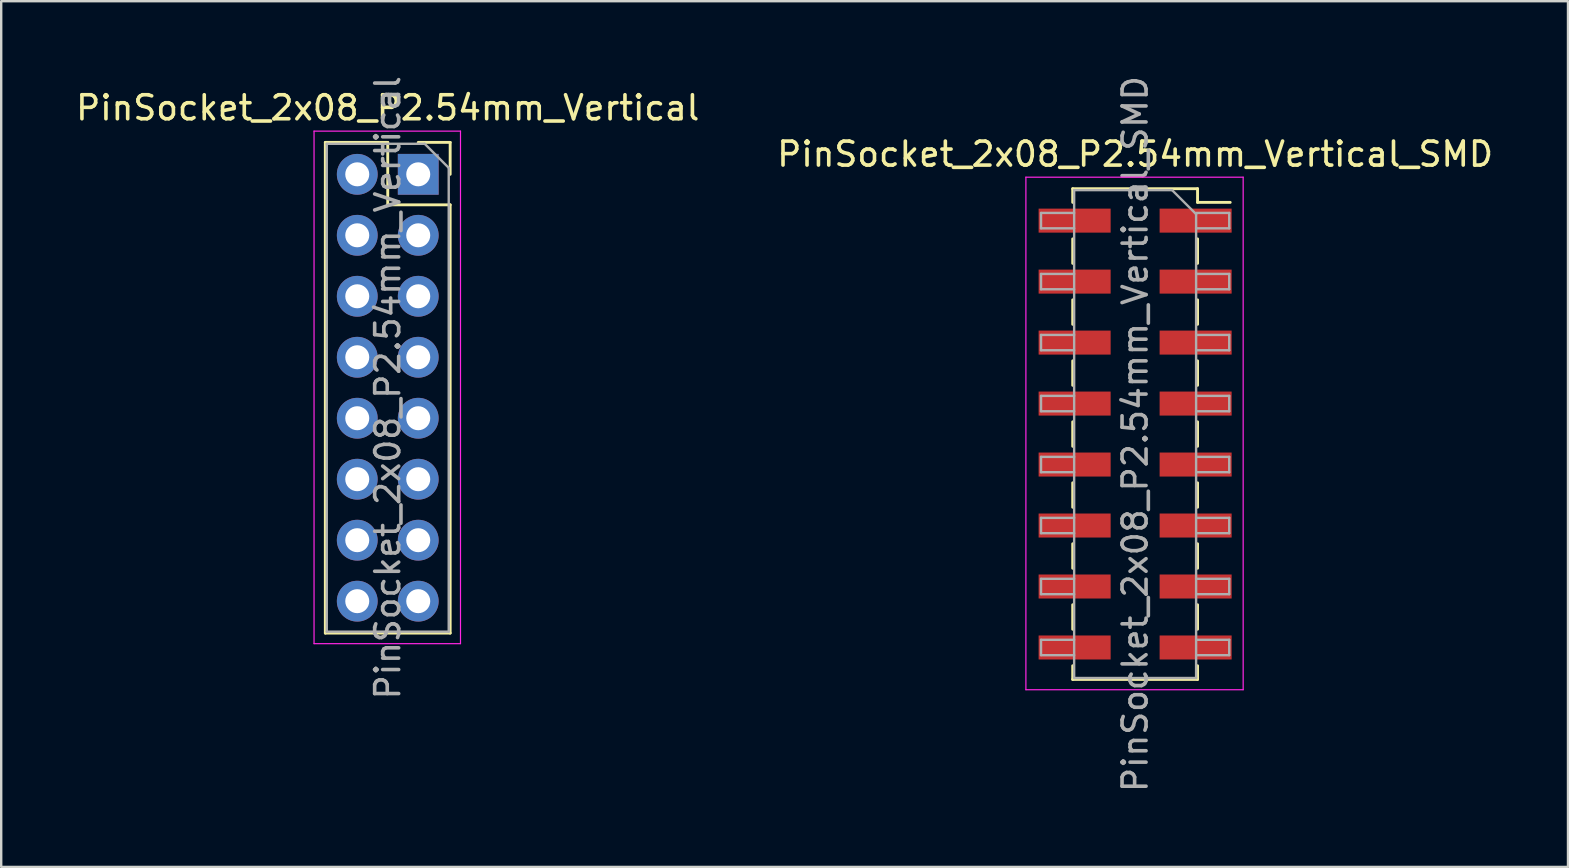
<source format=kicad_pcb>
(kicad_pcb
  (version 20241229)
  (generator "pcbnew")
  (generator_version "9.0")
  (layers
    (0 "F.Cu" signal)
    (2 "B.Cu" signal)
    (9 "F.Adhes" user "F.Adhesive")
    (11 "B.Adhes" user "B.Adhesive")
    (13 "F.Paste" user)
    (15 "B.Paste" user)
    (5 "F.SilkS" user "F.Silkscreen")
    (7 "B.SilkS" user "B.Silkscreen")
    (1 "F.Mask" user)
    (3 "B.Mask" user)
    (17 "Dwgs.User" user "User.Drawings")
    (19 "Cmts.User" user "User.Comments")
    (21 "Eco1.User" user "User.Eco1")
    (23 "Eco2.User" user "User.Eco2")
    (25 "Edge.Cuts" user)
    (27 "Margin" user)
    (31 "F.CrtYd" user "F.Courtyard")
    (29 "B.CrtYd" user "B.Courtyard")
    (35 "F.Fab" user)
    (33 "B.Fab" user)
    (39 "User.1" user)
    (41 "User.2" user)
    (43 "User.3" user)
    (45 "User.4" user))
  (footprint "PinSocket_2x08_P2.54mm_Vertical"
    (layer "F.Cu")
    (at 14.371 4.211)
    (property "Reference" "PinSocket_2x08_P2.54mm_Vertical" (at -1.27 -2.77 0) (layer "F.SilkS") (effects (font (size 1 1) (thickness 0.15))))
    (attr through_hole)
    (fp_line (start -3.87 -1.33) (end -3.87 19.11) (stroke (width 0.12) (type solid)) (layer "F.SilkS"))
    (fp_line (start -3.87 -1.33) (end -1.27 -1.33) (stroke (width 0.12) (type solid)) (layer "F.SilkS"))
    (fp_line (start -3.87 19.11) (end 1.33 19.11) (stroke (width 0.12) (type solid)) (layer "F.SilkS"))
    (fp_line (start -1.27 -1.33) (end -1.27 1.27) (stroke (width 0.12) (type solid)) (layer "F.SilkS"))
    (fp_line (start -1.27 1.27) (end 1.33 1.27) (stroke (width 0.12) (type solid)) (layer "F.SilkS"))
    (fp_line (start 0 -1.33) (end 1.33 -1.33) (stroke (width 0.12) (type solid)) (layer "F.SilkS"))
    (fp_line (start 1.33 -1.33) (end 1.33 0) (stroke (width 0.12) (type solid)) (layer "F.SilkS"))
    (fp_line (start 1.33 1.27) (end 1.33 19.11) (stroke (width 0.12) (type solid)) (layer "F.SilkS"))
    (fp_line (start -4.34 -1.8) (end 1.76 -1.8) (stroke (width 0.05) (type solid)) (layer "F.CrtYd"))
    (fp_line (start -4.34 19.55) (end -4.34 -1.8) (stroke (width 0.05) (type solid)) (layer "F.CrtYd"))
    (fp_line (start 1.76 -1.8) (end 1.76 19.55) (stroke (width 0.05) (type solid)) (layer "F.CrtYd"))
    (fp_line (start 1.76 19.55) (end -4.34 19.55) (stroke (width 0.05) (type solid)) (layer "F.CrtYd"))
    (fp_line (start -3.81 -1.27) (end 0.27 -1.27) (stroke (width 0.1) (type solid)) (layer "F.Fab"))
    (fp_line (start -3.81 19.05) (end -3.81 -1.27) (stroke (width 0.1) (type solid)) (layer "F.Fab"))
    (fp_line (start 0.27 -1.27) (end 1.27 -0.27) (stroke (width 0.1) (type solid)) (layer "F.Fab"))
    (fp_line (start 1.27 -0.27) (end 1.27 19.05) (stroke (width 0.1) (type solid)) (layer "F.Fab"))
    (fp_line (start 1.27 19.05) (end -3.81 19.05) (stroke (width 0.1) (type solid)) (layer "F.Fab"))
    (fp_text user "${REFERENCE}" (at -1.27 8.89 90) (layer "F.Fab") (effects (font (size 1 1) (thickness 0.15))))
    (pad "1" thru_hole rect (at 0 0) (size 1.7 1.7) (drill 1) (layers "*.Cu" "*.Mask"))
    (pad "2" thru_hole oval (at -2.54 0) (size 1.7 1.7) (drill 1) (layers "*.Cu" "*.Mask"))
    (pad "3" thru_hole oval (at 0 2.54) (size 1.7 1.7) (drill 1) (layers "*.Cu" "*.Mask"))
    (pad "4" thru_hole oval (at -2.54 2.54) (size 1.7 1.7) (drill 1) (layers "*.Cu" "*.Mask"))
    (pad "5" thru_hole oval (at 0 5.08) (size 1.7 1.7) (drill 1) (layers "*.Cu" "*.Mask"))
    (pad "6" thru_hole oval (at -2.54 5.08) (size 1.7 1.7) (drill 1) (layers "*.Cu" "*.Mask"))
    (pad "7" thru_hole oval (at 0 7.62) (size 1.7 1.7) (drill 1) (layers "*.Cu" "*.Mask"))
    (pad "8" thru_hole oval (at -2.54 7.62) (size 1.7 1.7) (drill 1) (layers "*.Cu" "*.Mask"))
    (pad "9" thru_hole oval (at 0 10.16) (size 1.7 1.7) (drill 1) (layers "*.Cu" "*.Mask"))
    (pad "10" thru_hole oval (at -2.54 10.16) (size 1.7 1.7) (drill 1) (layers "*.Cu" "*.Mask"))
    (pad "11" thru_hole oval (at 0 12.7) (size 1.7 1.7) (drill 1) (layers "*.Cu" "*.Mask"))
    (pad "12" thru_hole oval (at -2.54 12.7) (size 1.7 1.7) (drill 1) (layers "*.Cu" "*.Mask"))
    (pad "13" thru_hole oval (at 0 15.24) (size 1.7 1.7) (drill 1) (layers "*.Cu" "*.Mask"))
    (pad "14" thru_hole oval (at -2.54 15.24) (size 1.7 1.7) (drill 1) (layers "*.Cu" "*.Mask"))
    (pad "15" thru_hole oval (at 0 17.78) (size 1.7 1.7) (drill 1) (layers "*.Cu" "*.Mask"))
    (pad "16" thru_hole oval (at -2.54 17.78) (size 1.7 1.7) (drill 1) (layers "*.Cu" "*.Mask")))
  (footprint "PinSocket_2x08_P2.54mm_Vertical_SMD"
    (layer "F.Cu")
    (at 44.232 15.03)
    (property "Reference" "PinSocket_2x08_P2.54mm_Vertical_SMD" (at 0 -11.66 0) (layer "F.SilkS") (effects (font (size 1 1) (thickness 0.15))))
    (attr smd)
    (fp_line (start -2.6 -10.22) (end -2.6 -9.65) (stroke (width 0.12) (type solid)) (layer "F.SilkS"))
    (fp_line (start -2.6 -10.22) (end 2.6 -10.22) (stroke (width 0.12) (type solid)) (layer "F.SilkS"))
    (fp_line (start -2.6 -8.13) (end -2.6 -7.11) (stroke (width 0.12) (type solid)) (layer "F.SilkS"))
    (fp_line (start -2.6 -5.59) (end -2.6 -4.57) (stroke (width 0.12) (type solid)) (layer "F.SilkS"))
    (fp_line (start -2.6 -3.05) (end -2.6 -2.03) (stroke (width 0.12) (type solid)) (layer "F.SilkS"))
    (fp_line (start -2.6 -0.51) (end -2.6 0.51) (stroke (width 0.12) (type solid)) (layer "F.SilkS"))
    (fp_line (start -2.6 2.03) (end -2.6 3.05) (stroke (width 0.12) (type solid)) (layer "F.SilkS"))
    (fp_line (start -2.6 4.57) (end -2.6 5.59) (stroke (width 0.12) (type solid)) (layer "F.SilkS"))
    (fp_line (start -2.6 7.11) (end -2.6 8.13) (stroke (width 0.12) (type solid)) (layer "F.SilkS"))
    (fp_line (start -2.6 9.65) (end -2.6 10.22) (stroke (width 0.12) (type solid)) (layer "F.SilkS"))
    (fp_line (start -2.6 10.22) (end 2.6 10.22) (stroke (width 0.12) (type solid)) (layer "F.SilkS"))
    (fp_line (start 2.6 -10.22) (end 2.6 -9.65) (stroke (width 0.12) (type solid)) (layer "F.SilkS"))
    (fp_line (start 2.6 -9.65) (end 3.96 -9.65) (stroke (width 0.12) (type solid)) (layer "F.SilkS"))
    (fp_line (start 2.6 -8.13) (end 2.6 -7.11) (stroke (width 0.12) (type solid)) (layer "F.SilkS"))
    (fp_line (start 2.6 -5.59) (end 2.6 -4.57) (stroke (width 0.12) (type solid)) (layer "F.SilkS"))
    (fp_line (start 2.6 -3.05) (end 2.6 -2.03) (stroke (width 0.12) (type solid)) (layer "F.SilkS"))
    (fp_line (start 2.6 -0.51) (end 2.6 0.51) (stroke (width 0.12) (type solid)) (layer "F.SilkS"))
    (fp_line (start 2.6 2.03) (end 2.6 3.05) (stroke (width 0.12) (type solid)) (layer "F.SilkS"))
    (fp_line (start 2.6 4.57) (end 2.6 5.59) (stroke (width 0.12) (type solid)) (layer "F.SilkS"))
    (fp_line (start 2.6 7.11) (end 2.6 8.13) (stroke (width 0.12) (type solid)) (layer "F.SilkS"))
    (fp_line (start 2.6 9.65) (end 2.6 10.22) (stroke (width 0.12) (type solid)) (layer "F.SilkS"))
    (fp_line (start -4.55 -10.7) (end 4.5 -10.7) (stroke (width 0.05) (type solid)) (layer "F.CrtYd"))
    (fp_line (start -4.55 10.65) (end -4.55 -10.7) (stroke (width 0.05) (type solid)) (layer "F.CrtYd"))
    (fp_line (start 4.5 -10.7) (end 4.5 10.65) (stroke (width 0.05) (type solid)) (layer "F.CrtYd"))
    (fp_line (start 4.5 10.65) (end -4.55 10.65) (stroke (width 0.05) (type solid)) (layer "F.CrtYd"))
    (fp_line (start -3.92 -9.21) (end -2.54 -9.21) (stroke (width 0.1) (type solid)) (layer "F.Fab"))
    (fp_line (start -3.92 -8.57) (end -3.92 -9.21) (stroke (width 0.1) (type solid)) (layer "F.Fab"))
    (fp_line (start -3.92 -6.67) (end -2.54 -6.67) (stroke (width 0.1) (type solid)) (layer "F.Fab"))
    (fp_line (start -3.92 -6.03) (end -3.92 -6.67) (stroke (width 0.1) (type solid)) (layer "F.Fab"))
    (fp_line (start -3.92 -4.13) (end -2.54 -4.13) (stroke (width 0.1) (type solid)) (layer "F.Fab"))
    (fp_line (start -3.92 -3.49) (end -3.92 -4.13) (stroke (width 0.1) (type solid)) (layer "F.Fab"))
    (fp_line (start -3.92 -1.59) (end -2.54 -1.59) (stroke (width 0.1) (type solid)) (layer "F.Fab"))
    (fp_line (start -3.92 -0.95) (end -3.92 -1.59) (stroke (width 0.1) (type solid)) (layer "F.Fab"))
    (fp_line (start -3.92 0.95) (end -2.54 0.95) (stroke (width 0.1) (type solid)) (layer "F.Fab"))
    (fp_line (start -3.92 1.59) (end -3.92 0.95) (stroke (width 0.1) (type solid)) (layer "F.Fab"))
    (fp_line (start -3.92 3.49) (end -2.54 3.49) (stroke (width 0.1) (type solid)) (layer "F.Fab"))
    (fp_line (start -3.92 4.13) (end -3.92 3.49) (stroke (width 0.1) (type solid)) (layer "F.Fab"))
    (fp_line (start -3.92 6.03) (end -2.54 6.03) (stroke (width 0.1) (type solid)) (layer "F.Fab"))
    (fp_line (start -3.92 6.67) (end -3.92 6.03) (stroke (width 0.1) (type solid)) (layer "F.Fab"))
    (fp_line (start -3.92 8.57) (end -2.54 8.57) (stroke (width 0.1) (type solid)) (layer "F.Fab"))
    (fp_line (start -3.92 9.21) (end -3.92 8.57) (stroke (width 0.1) (type solid)) (layer "F.Fab"))
    (fp_line (start -2.54 -10.16) (end 1.54 -10.16) (stroke (width 0.1) (type solid)) (layer "F.Fab"))
    (fp_line (start -2.54 -8.57) (end -3.92 -8.57) (stroke (width 0.1) (type solid)) (layer "F.Fab"))
    (fp_line (start -2.54 -6.03) (end -3.92 -6.03) (stroke (width 0.1) (type solid)) (layer "F.Fab"))
    (fp_line (start -2.54 -3.49) (end -3.92 -3.49) (stroke (width 0.1) (type solid)) (layer "F.Fab"))
    (fp_line (start -2.54 -0.95) (end -3.92 -0.95) (stroke (width 0.1) (type solid)) (layer "F.Fab"))
    (fp_line (start -2.54 1.59) (end -3.92 1.59) (stroke (width 0.1) (type solid)) (layer "F.Fab"))
    (fp_line (start -2.54 4.13) (end -3.92 4.13) (stroke (width 0.1) (type solid)) (layer "F.Fab"))
    (fp_line (start -2.54 6.67) (end -3.92 6.67) (stroke (width 0.1) (type solid)) (layer "F.Fab"))
    (fp_line (start -2.54 9.21) (end -3.92 9.21) (stroke (width 0.1) (type solid)) (layer "F.Fab"))
    (fp_line (start -2.54 10.16) (end -2.54 -10.16) (stroke (width 0.1) (type solid)) (layer "F.Fab"))
    (fp_line (start 1.54 -10.16) (end 2.54 -9.16) (stroke (width 0.1) (type solid)) (layer "F.Fab"))
    (fp_line (start 2.54 -9.21) (end 3.92 -9.21) (stroke (width 0.1) (type solid)) (layer "F.Fab"))
    (fp_line (start 2.54 -9.16) (end 2.54 10.16) (stroke (width 0.1) (type solid)) (layer "F.Fab"))
    (fp_line (start 2.54 -6.67) (end 3.92 -6.67) (stroke (width 0.1) (type solid)) (layer "F.Fab"))
    (fp_line (start 2.54 -4.13) (end 3.92 -4.13) (stroke (width 0.1) (type solid)) (layer "F.Fab"))
    (fp_line (start 2.54 -1.59) (end 3.92 -1.59) (stroke (width 0.1) (type solid)) (layer "F.Fab"))
    (fp_line (start 2.54 0.95) (end 3.92 0.95) (stroke (width 0.1) (type solid)) (layer "F.Fab"))
    (fp_line (start 2.54 3.49) (end 3.92 3.49) (stroke (width 0.1) (type solid)) (layer "F.Fab"))
    (fp_line (start 2.54 6.03) (end 3.92 6.03) (stroke (width 0.1) (type solid)) (layer "F.Fab"))
    (fp_line (start 2.54 8.57) (end 3.92 8.57) (stroke (width 0.1) (type solid)) (layer "F.Fab"))
    (fp_line (start 2.54 10.16) (end -2.54 10.16) (stroke (width 0.1) (type solid)) (layer "F.Fab"))
    (fp_line (start 3.92 -9.21) (end 3.92 -8.57) (stroke (width 0.1) (type solid)) (layer "F.Fab"))
    (fp_line (start 3.92 -8.57) (end 2.54 -8.57) (stroke (width 0.1) (type solid)) (layer "F.Fab"))
    (fp_line (start 3.92 -6.67) (end 3.92 -6.03) (stroke (width 0.1) (type solid)) (layer "F.Fab"))
    (fp_line (start 3.92 -6.03) (end 2.54 -6.03) (stroke (width 0.1) (type solid)) (layer "F.Fab"))
    (fp_line (start 3.92 -4.13) (end 3.92 -3.49) (stroke (width 0.1) (type solid)) (layer "F.Fab"))
    (fp_line (start 3.92 -3.49) (end 2.54 -3.49) (stroke (width 0.1) (type solid)) (layer "F.Fab"))
    (fp_line (start 3.92 -1.59) (end 3.92 -0.95) (stroke (width 0.1) (type solid)) (layer "F.Fab"))
    (fp_line (start 3.92 -0.95) (end 2.54 -0.95) (stroke (width 0.1) (type solid)) (layer "F.Fab"))
    (fp_line (start 3.92 0.95) (end 3.92 1.59) (stroke (width 0.1) (type solid)) (layer "F.Fab"))
    (fp_line (start 3.92 1.59) (end 2.54 1.59) (stroke (width 0.1) (type solid)) (layer "F.Fab"))
    (fp_line (start 3.92 3.49) (end 3.92 4.13) (stroke (width 0.1) (type solid)) (layer "F.Fab"))
    (fp_line (start 3.92 4.13) (end 2.54 4.13) (stroke (width 0.1) (type solid)) (layer "F.Fab"))
    (fp_line (start 3.92 6.03) (end 3.92 6.67) (stroke (width 0.1) (type solid)) (layer "F.Fab"))
    (fp_line (start 3.92 6.67) (end 2.54 6.67) (stroke (width 0.1) (type solid)) (layer "F.Fab"))
    (fp_line (start 3.92 8.57) (end 3.92 9.21) (stroke (width 0.1) (type solid)) (layer "F.Fab"))
    (fp_line (start 3.92 9.21) (end 2.54 9.21) (stroke (width 0.1) (type solid)) (layer "F.Fab"))
    (fp_text user "${REFERENCE}" (at 0 0 90) (layer "F.Fab") (effects (font (size 1 1) (thickness 0.15))))
    (pad "1" smd rect (at 2.52 -8.89) (size 3 1) (layers "F.Cu" "F.Mask" "F.Paste"))
    (pad "2" smd rect (at -2.52 -8.89) (size 3 1) (layers "F.Cu" "F.Mask" "F.Paste"))
    (pad "3" smd rect (at 2.52 -6.35) (size 3 1) (layers "F.Cu" "F.Mask" "F.Paste"))
    (pad "4" smd rect (at -2.52 -6.35) (size 3 1) (layers "F.Cu" "F.Mask" "F.Paste"))
    (pad "5" smd rect (at 2.52 -3.81) (size 3 1) (layers "F.Cu" "F.Mask" "F.Paste"))
    (pad "6" smd rect (at -2.52 -3.81) (size 3 1) (layers "F.Cu" "F.Mask" "F.Paste"))
    (pad "7" smd rect (at 2.52 -1.27) (size 3 1) (layers "F.Cu" "F.Mask" "F.Paste"))
    (pad "8" smd rect (at -2.52 -1.27) (size 3 1) (layers "F.Cu" "F.Mask" "F.Paste"))
    (pad "9" smd rect (at 2.52 1.27) (size 3 1) (layers "F.Cu" "F.Mask" "F.Paste"))
    (pad "10" smd rect (at -2.52 1.27) (size 3 1) (layers "F.Cu" "F.Mask" "F.Paste"))
    (pad "11" smd rect (at 2.52 3.81) (size 3 1) (layers "F.Cu" "F.Mask" "F.Paste"))
    (pad "12" smd rect (at -2.52 3.81) (size 3 1) (layers "F.Cu" "F.Mask" "F.Paste"))
    (pad "13" smd rect (at 2.52 6.35) (size 3 1) (layers "F.Cu" "F.Mask" "F.Paste"))
    (pad "14" smd rect (at -2.52 6.35) (size 3 1) (layers "F.Cu" "F.Mask" "F.Paste"))
    (pad "15" smd rect (at 2.52 8.89) (size 3 1) (layers "F.Cu" "F.Mask" "F.Paste"))
    (pad "16" smd rect (at -2.52 8.89) (size 3 1) (layers "F.Cu" "F.Mask" "F.Paste")))
  (gr_rect
    (start -3 -3)
    (end 62.262 33.06)
    (stroke (width 0.1) (type default))
    (fill no)
    (layer "Edge.Cuts")))
</source>
